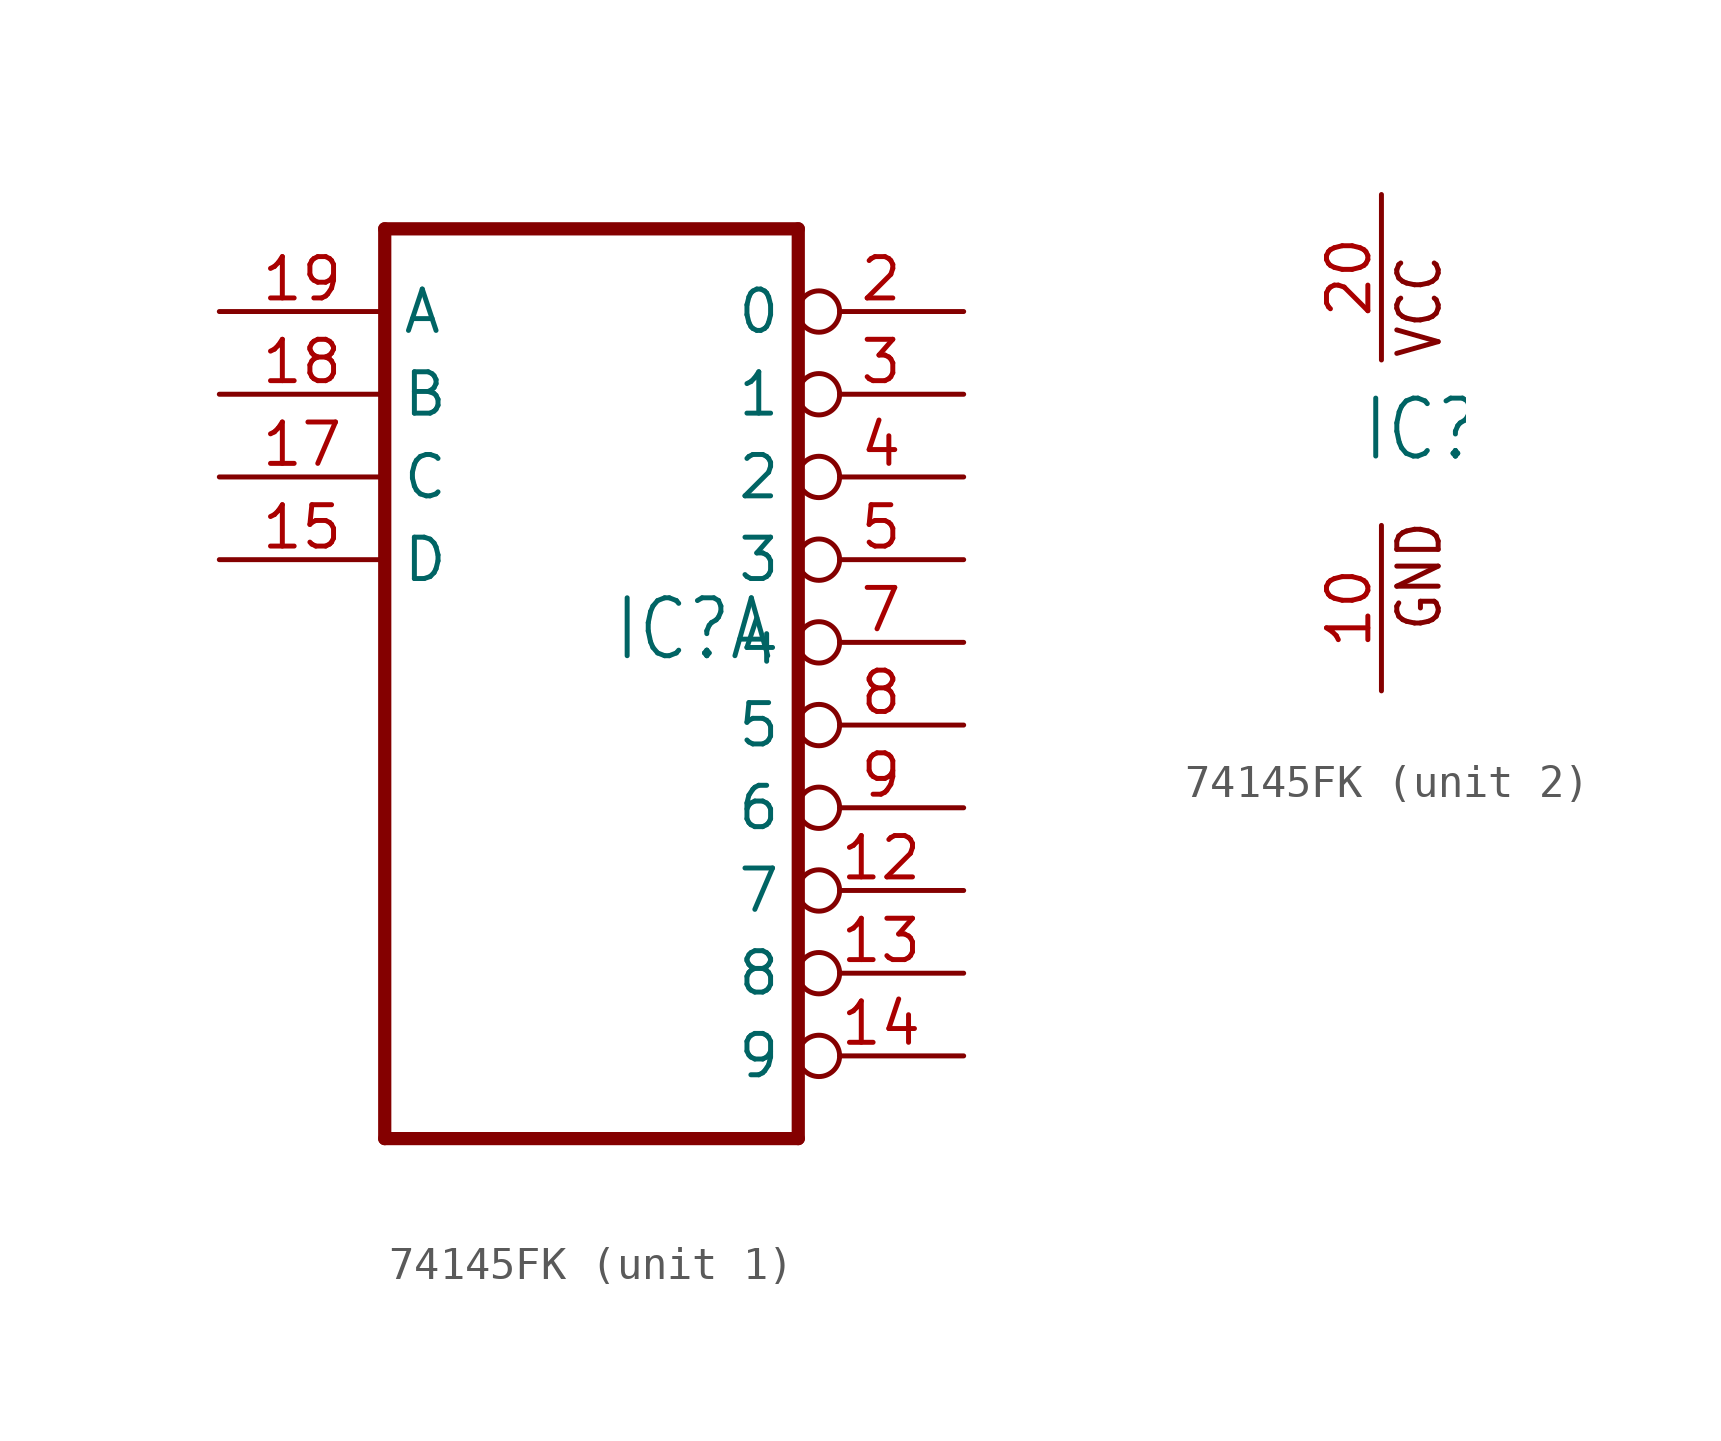
<source format=kicad_sym>
(kicad_symbol_lib
  (version 20220914)
  (generator kicad_symbol_editor)
  (symbol "74145FK"
    (property "Reference" "IC"
      (at -0.635 -0.635 0)
      (effects (font (size 1.778 1.511)) (justify left bottom)))
    (property "ki_locked" ""
      (at 0 0 0)
      (effects (font (size 1.27 1.27))))
    (symbol "74145FK_1_0"
      (polyline (pts (xy -7.62 -15.24) (xy 5.08 -15.24)) (stroke (width 0.406) (type solid)) (fill (type none)))
      (polyline (pts (xy -7.62 12.7) (xy -7.62 -15.24)) (stroke (width 0.406) (type solid)) (fill (type none)))
      (polyline (pts (xy 5.08 -15.24) (xy 5.08 12.7)) (stroke (width 0.406) (type solid)) (fill (type none)))
      (polyline (pts (xy 5.08 12.7) (xy -7.62 12.7)) (stroke (width 0.406) (type solid)) (fill (type none)))
      (pin output inverted (at 10.16 -7.62 180) (length 5.08) (name "7" (effects (font (size 1.27 1.27)))) (number "12" (effects (font (size 1.27 1.27)))))
      (pin output inverted (at 10.16 -10.16 180) (length 5.08) (name "8" (effects (font (size 1.27 1.27)))) (number "13" (effects (font (size 1.27 1.27)))))
      (pin output inverted (at 10.16 -12.7 180) (length 5.08) (name "9" (effects (font (size 1.27 1.27)))) (number "14" (effects (font (size 1.27 1.27)))))
      (pin input line (at -12.7 2.54 0) (length 5.08) (name "D" (effects (font (size 1.27 1.27)))) (number "15" (effects (font (size 1.27 1.27)))))
      (pin input line (at -12.7 5.08 0) (length 5.08) (name "C" (effects (font (size 1.27 1.27)))) (number "17" (effects (font (size 1.27 1.27)))))
      (pin input line (at -12.7 7.62 0) (length 5.08) (name "B" (effects (font (size 1.27 1.27)))) (number "18" (effects (font (size 1.27 1.27)))))
      (pin input line (at -12.7 10.16 0) (length 5.08) (name "A" (effects (font (size 1.27 1.27)))) (number "19" (effects (font (size 1.27 1.27)))))
      (pin output inverted (at 10.16 10.16 180) (length 5.08) (name "0" (effects (font (size 1.27 1.27)))) (number "2" (effects (font (size 1.27 1.27)))))
      (pin output inverted (at 10.16 7.62 180) (length 5.08) (name "1" (effects (font (size 1.27 1.27)))) (number "3" (effects (font (size 1.27 1.27)))))
      (pin output inverted (at 10.16 5.08 180) (length 5.08) (name "2" (effects (font (size 1.27 1.27)))) (number "4" (effects (font (size 1.27 1.27)))))
      (pin output inverted (at 10.16 2.54 180) (length 5.08) (name "3" (effects (font (size 1.27 1.27)))) (number "5" (effects (font (size 1.27 1.27)))))
      (pin output inverted (at 10.16 0 180) (length 5.08) (name "4" (effects (font (size 1.27 1.27)))) (number "7" (effects (font (size 1.27 1.27)))))
      (pin output inverted (at 10.16 -2.54 180) (length 5.08) (name "5" (effects (font (size 1.27 1.27)))) (number "8" (effects (font (size 1.27 1.27)))))
      (pin output inverted (at 10.16 -5.08 180) (length 5.08) (name "6" (effects (font (size 1.27 1.27)))) (number "9" (effects (font (size 1.27 1.27))))))
    (symbol "74145FK_2_0"
      (text "GND" (at 1.905 -5.842 900) (effects (font (size 1.27 1.079)) (justify left bottom)))
      (text "VCC" (at 1.905 2.54 900) (effects (font (size 1.27 1.079)) (justify left bottom)))
      (pin power_in line (at 0 -7.62 90) (length 5.08) (name "GND" (effects (font (size 0 0)))) (number "10" (effects (font (size 1.27 1.27)))))
      (pin power_in line (at 0 7.62 270) (length 5.08) (name "VCC" (effects (font (size 0 0)))) (number "20" (effects (font (size 1.27 1.27))))))))
</source>
